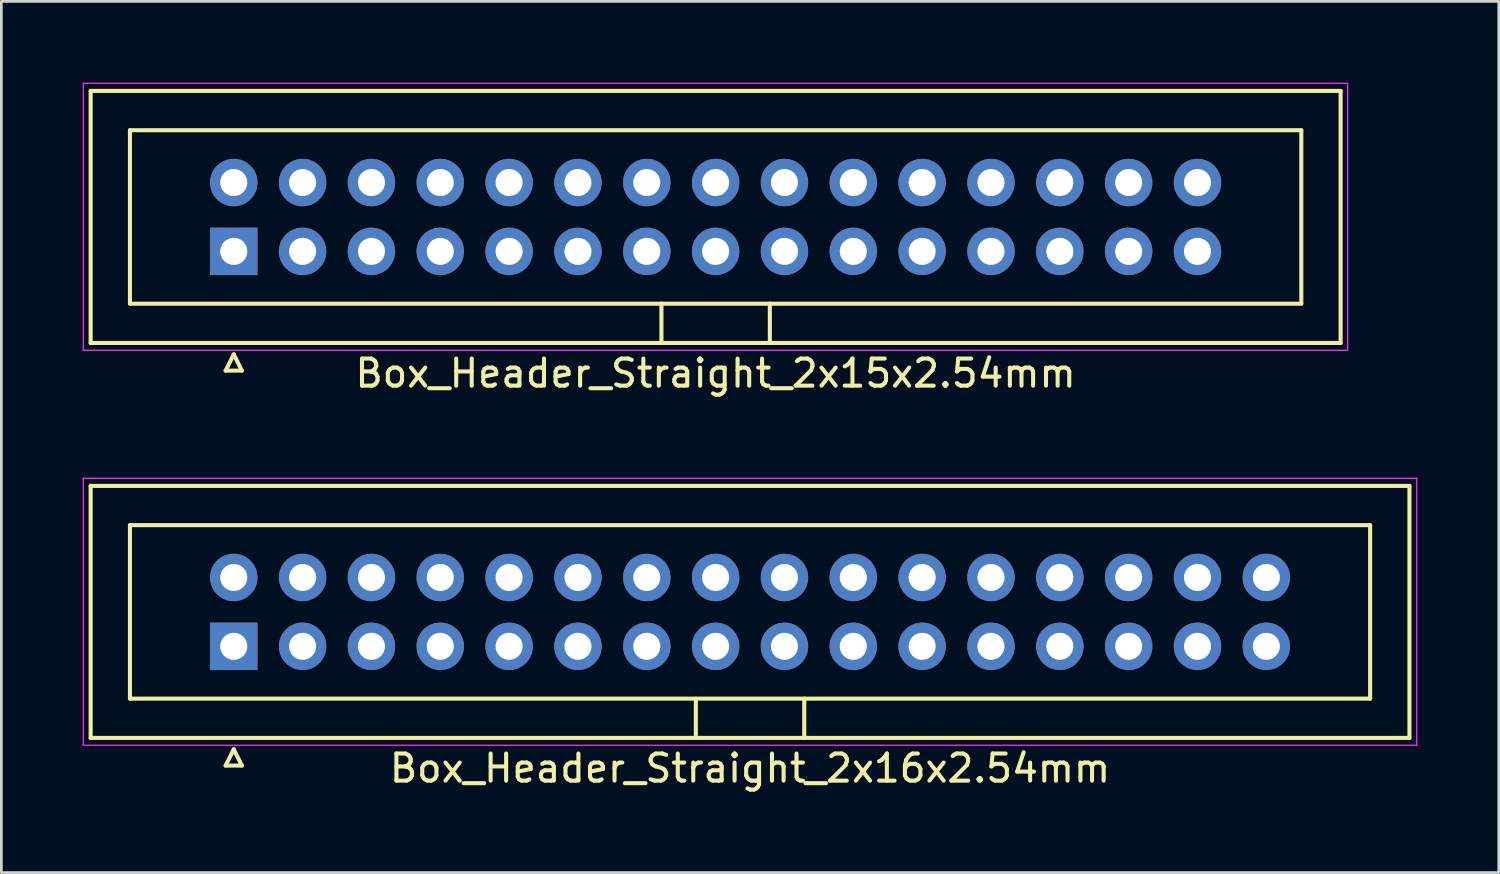
<source format=kicad_pcb>
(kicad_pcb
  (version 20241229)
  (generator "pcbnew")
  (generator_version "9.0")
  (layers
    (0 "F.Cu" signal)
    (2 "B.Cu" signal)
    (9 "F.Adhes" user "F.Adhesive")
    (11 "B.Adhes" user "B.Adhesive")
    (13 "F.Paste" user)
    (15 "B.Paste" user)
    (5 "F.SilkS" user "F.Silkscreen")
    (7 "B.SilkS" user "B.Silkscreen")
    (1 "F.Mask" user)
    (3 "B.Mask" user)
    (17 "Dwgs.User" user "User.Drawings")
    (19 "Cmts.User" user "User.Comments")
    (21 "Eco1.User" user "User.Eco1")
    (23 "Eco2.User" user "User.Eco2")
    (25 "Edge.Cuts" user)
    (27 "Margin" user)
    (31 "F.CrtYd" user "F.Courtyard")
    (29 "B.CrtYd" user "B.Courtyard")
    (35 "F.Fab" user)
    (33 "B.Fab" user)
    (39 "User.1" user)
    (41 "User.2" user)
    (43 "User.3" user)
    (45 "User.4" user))
  (footprint "Box_Header_Straight_2x15x2.54mm"
    (layer "F.Cu")
    (at 5.575 6.225)
    (property "Reference" "Box_Header_Straight_2x15x2.54mm" (at 17.78 4.5 0) (layer "F.SilkS") (effects (font (size 1 1) (thickness 0.15))))
    (attr through_hole)
    (fp_line (start -5.28 -5.92) (end -5.28 3.38) (stroke (width 0.15) (type solid)) (layer "F.SilkS"))
    (fp_line (start -5.28 3.38) (end 40.84 3.38) (stroke (width 0.15) (type solid)) (layer "F.SilkS"))
    (fp_line (start -3.83 -4.47) (end -3.83 1.93) (stroke (width 0.15) (type solid)) (layer "F.SilkS"))
    (fp_line (start -3.83 1.93) (end 39.39 1.93) (stroke (width 0.15) (type solid)) (layer "F.SilkS"))
    (fp_line (start -0.3 4.4) (end 0.3 4.4) (stroke (width 0.15) (type solid)) (layer "F.SilkS"))
    (fp_line (start 0 3.8) (end -0.3 4.4) (stroke (width 0.15) (type solid)) (layer "F.SilkS"))
    (fp_line (start 0.3 4.4) (end 0 3.8) (stroke (width 0.15) (type solid)) (layer "F.SilkS"))
    (fp_line (start 15.78 3.38) (end 15.78 1.93) (stroke (width 0.15) (type solid)) (layer "F.SilkS"))
    (fp_line (start 19.78 3.38) (end 19.78 1.93) (stroke (width 0.15) (type solid)) (layer "F.SilkS"))
    (fp_line (start 39.39 -4.47) (end -3.83 -4.47) (stroke (width 0.15) (type solid)) (layer "F.SilkS"))
    (fp_line (start 39.39 1.93) (end 39.39 -4.47) (stroke (width 0.15) (type solid)) (layer "F.SilkS"))
    (fp_line (start 40.84 -5.92) (end -5.28 -5.92) (stroke (width 0.15) (type solid)) (layer "F.SilkS"))
    (fp_line (start 40.84 3.38) (end 40.84 -5.92) (stroke (width 0.15) (type solid)) (layer "F.SilkS"))
    (fp_line (start -5.55 -6.2) (end -5.55 3.65) (stroke (width 0.05) (type solid)) (layer "F.CrtYd"))
    (fp_line (start -5.55 3.65) (end 41.1 3.65) (stroke (width 0.05) (type solid)) (layer "F.CrtYd"))
    (fp_line (start 41.1 -6.2) (end -5.55 -6.2) (stroke (width 0.05) (type solid)) (layer "F.CrtYd"))
    (fp_line (start 41.1 3.65) (end 41.1 -6.2) (stroke (width 0.05) (type solid)) (layer "F.CrtYd"))
    (pad "1" thru_hole rect (at 0 0) (size 1.75 1.75) (drill 1) (layers "*.Cu" "*.Mask"))
    (pad "2" thru_hole circle (at 0 -2.54) (size 1.75 1.75) (drill 1) (layers "*.Cu" "*.Mask"))
    (pad "3" thru_hole circle (at 2.54 0) (size 1.75 1.75) (drill 1) (layers "*.Cu" "*.Mask"))
    (pad "4" thru_hole circle (at 2.54 -2.54) (size 1.75 1.75) (drill 1) (layers "*.Cu" "*.Mask"))
    (pad "5" thru_hole circle (at 5.08 0) (size 1.75 1.75) (drill 1) (layers "*.Cu" "*.Mask"))
    (pad "6" thru_hole circle (at 5.08 -2.54) (size 1.75 1.75) (drill 1) (layers "*.Cu" "*.Mask"))
    (pad "7" thru_hole circle (at 7.62 0) (size 1.75 1.75) (drill 1) (layers "*.Cu" "*.Mask"))
    (pad "8" thru_hole circle (at 7.62 -2.54) (size 1.75 1.75) (drill 1) (layers "*.Cu" "*.Mask"))
    (pad "9" thru_hole circle (at 10.16 0) (size 1.75 1.75) (drill 1) (layers "*.Cu" "*.Mask"))
    (pad "10" thru_hole circle (at 10.16 -2.54) (size 1.75 1.75) (drill 1) (layers "*.Cu" "*.Mask"))
    (pad "11" thru_hole circle (at 12.7 0) (size 1.75 1.75) (drill 1) (layers "*.Cu" "*.Mask"))
    (pad "12" thru_hole circle (at 12.7 -2.54) (size 1.75 1.75) (drill 1) (layers "*.Cu" "*.Mask"))
    (pad "13" thru_hole circle (at 15.24 0) (size 1.75 1.75) (drill 1) (layers "*.Cu" "*.Mask"))
    (pad "14" thru_hole circle (at 15.24 -2.54) (size 1.75 1.75) (drill 1) (layers "*.Cu" "*.Mask"))
    (pad "15" thru_hole circle (at 17.78 0) (size 1.75 1.75) (drill 1) (layers "*.Cu" "*.Mask"))
    (pad "16" thru_hole circle (at 17.78 -2.54) (size 1.75 1.75) (drill 1) (layers "*.Cu" "*.Mask"))
    (pad "17" thru_hole circle (at 20.32 0) (size 1.75 1.75) (drill 1) (layers "*.Cu" "*.Mask"))
    (pad "18" thru_hole circle (at 20.32 -2.54) (size 1.75 1.75) (drill 1) (layers "*.Cu" "*.Mask"))
    (pad "19" thru_hole circle (at 22.86 0) (size 1.75 1.75) (drill 1) (layers "*.Cu" "*.Mask"))
    (pad "20" thru_hole circle (at 22.86 -2.54) (size 1.75 1.75) (drill 1) (layers "*.Cu" "*.Mask"))
    (pad "21" thru_hole circle (at 25.4 0) (size 1.75 1.75) (drill 1) (layers "*.Cu" "*.Mask"))
    (pad "22" thru_hole circle (at 25.4 -2.54) (size 1.75 1.75) (drill 1) (layers "*.Cu" "*.Mask"))
    (pad "23" thru_hole circle (at 27.94 0) (size 1.75 1.75) (drill 1) (layers "*.Cu" "*.Mask"))
    (pad "24" thru_hole circle (at 27.94 -2.54) (size 1.75 1.75) (drill 1) (layers "*.Cu" "*.Mask"))
    (pad "25" thru_hole circle (at 30.48 0) (size 1.75 1.75) (drill 1) (layers "*.Cu" "*.Mask"))
    (pad "26" thru_hole circle (at 30.48 -2.54) (size 1.75 1.75) (drill 1) (layers "*.Cu" "*.Mask"))
    (pad "27" thru_hole circle (at 33.02 0) (size 1.75 1.75) (drill 1) (layers "*.Cu" "*.Mask"))
    (pad "28" thru_hole circle (at 33.02 -2.54) (size 1.75 1.75) (drill 1) (layers "*.Cu" "*.Mask"))
    (pad "29" thru_hole circle (at 35.56 0) (size 1.75 1.75) (drill 1) (layers "*.Cu" "*.Mask"))
    (pad "30" thru_hole circle (at 35.56 -2.54) (size 1.75 1.75) (drill 1) (layers "*.Cu" "*.Mask")))
  (footprint "Box_Header_Straight_2x16x2.54mm"
    (layer "F.Cu")
    (at 5.575 20.798)
    (property "Reference" "Box_Header_Straight_2x16x2.54mm" (at 19.05 4.5 0) (layer "F.SilkS") (effects (font (size 1 1) (thickness 0.15))))
    (attr through_hole)
    (fp_line (start -5.28 -5.92) (end -5.28 3.38) (stroke (width 0.15) (type solid)) (layer "F.SilkS"))
    (fp_line (start -5.28 3.38) (end 43.38 3.38) (stroke (width 0.15) (type solid)) (layer "F.SilkS"))
    (fp_line (start -3.83 -4.47) (end -3.83 1.93) (stroke (width 0.15) (type solid)) (layer "F.SilkS"))
    (fp_line (start -3.83 1.93) (end 41.93 1.93) (stroke (width 0.15) (type solid)) (layer "F.SilkS"))
    (fp_line (start -0.3 4.4) (end 0.3 4.4) (stroke (width 0.15) (type solid)) (layer "F.SilkS"))
    (fp_line (start 0 3.8) (end -0.3 4.4) (stroke (width 0.15) (type solid)) (layer "F.SilkS"))
    (fp_line (start 0.3 4.4) (end 0 3.8) (stroke (width 0.15) (type solid)) (layer "F.SilkS"))
    (fp_line (start 17.05 3.38) (end 17.05 1.93) (stroke (width 0.15) (type solid)) (layer "F.SilkS"))
    (fp_line (start 21.05 3.38) (end 21.05 1.93) (stroke (width 0.15) (type solid)) (layer "F.SilkS"))
    (fp_line (start 41.93 -4.47) (end -3.83 -4.47) (stroke (width 0.15) (type solid)) (layer "F.SilkS"))
    (fp_line (start 41.93 1.93) (end 41.93 -4.47) (stroke (width 0.15) (type solid)) (layer "F.SilkS"))
    (fp_line (start 43.38 -5.92) (end -5.28 -5.92) (stroke (width 0.15) (type solid)) (layer "F.SilkS"))
    (fp_line (start 43.38 3.38) (end 43.38 -5.92) (stroke (width 0.15) (type solid)) (layer "F.SilkS"))
    (fp_line (start -5.55 -6.2) (end -5.55 3.65) (stroke (width 0.05) (type solid)) (layer "F.CrtYd"))
    (fp_line (start -5.55 3.65) (end 43.65 3.65) (stroke (width 0.05) (type solid)) (layer "F.CrtYd"))
    (fp_line (start 43.65 -6.2) (end -5.55 -6.2) (stroke (width 0.05) (type solid)) (layer "F.CrtYd"))
    (fp_line (start 43.65 3.65) (end 43.65 -6.2) (stroke (width 0.05) (type solid)) (layer "F.CrtYd"))
    (pad "1" thru_hole rect (at 0 0) (size 1.75 1.75) (drill 1) (layers "*.Cu" "*.Mask"))
    (pad "2" thru_hole circle (at 0 -2.54) (size 1.75 1.75) (drill 1) (layers "*.Cu" "*.Mask"))
    (pad "3" thru_hole circle (at 2.54 0) (size 1.75 1.75) (drill 1) (layers "*.Cu" "*.Mask"))
    (pad "4" thru_hole circle (at 2.54 -2.54) (size 1.75 1.75) (drill 1) (layers "*.Cu" "*.Mask"))
    (pad "5" thru_hole circle (at 5.08 0) (size 1.75 1.75) (drill 1) (layers "*.Cu" "*.Mask"))
    (pad "6" thru_hole circle (at 5.08 -2.54) (size 1.75 1.75) (drill 1) (layers "*.Cu" "*.Mask"))
    (pad "7" thru_hole circle (at 7.62 0) (size 1.75 1.75) (drill 1) (layers "*.Cu" "*.Mask"))
    (pad "8" thru_hole circle (at 7.62 -2.54) (size 1.75 1.75) (drill 1) (layers "*.Cu" "*.Mask"))
    (pad "9" thru_hole circle (at 10.16 0) (size 1.75 1.75) (drill 1) (layers "*.Cu" "*.Mask"))
    (pad "10" thru_hole circle (at 10.16 -2.54) (size 1.75 1.75) (drill 1) (layers "*.Cu" "*.Mask"))
    (pad "11" thru_hole circle (at 12.7 0) (size 1.75 1.75) (drill 1) (layers "*.Cu" "*.Mask"))
    (pad "12" thru_hole circle (at 12.7 -2.54) (size 1.75 1.75) (drill 1) (layers "*.Cu" "*.Mask"))
    (pad "13" thru_hole circle (at 15.24 0) (size 1.75 1.75) (drill 1) (layers "*.Cu" "*.Mask"))
    (pad "14" thru_hole circle (at 15.24 -2.54) (size 1.75 1.75) (drill 1) (layers "*.Cu" "*.Mask"))
    (pad "15" thru_hole circle (at 17.78 0) (size 1.75 1.75) (drill 1) (layers "*.Cu" "*.Mask"))
    (pad "16" thru_hole circle (at 17.78 -2.54) (size 1.75 1.75) (drill 1) (layers "*.Cu" "*.Mask"))
    (pad "17" thru_hole circle (at 20.32 0) (size 1.75 1.75) (drill 1) (layers "*.Cu" "*.Mask"))
    (pad "18" thru_hole circle (at 20.32 -2.54) (size 1.75 1.75) (drill 1) (layers "*.Cu" "*.Mask"))
    (pad "19" thru_hole circle (at 22.86 0) (size 1.75 1.75) (drill 1) (layers "*.Cu" "*.Mask"))
    (pad "20" thru_hole circle (at 22.86 -2.54) (size 1.75 1.75) (drill 1) (layers "*.Cu" "*.Mask"))
    (pad "21" thru_hole circle (at 25.4 0) (size 1.75 1.75) (drill 1) (layers "*.Cu" "*.Mask"))
    (pad "22" thru_hole circle (at 25.4 -2.54) (size 1.75 1.75) (drill 1) (layers "*.Cu" "*.Mask"))
    (pad "23" thru_hole circle (at 27.94 0) (size 1.75 1.75) (drill 1) (layers "*.Cu" "*.Mask"))
    (pad "24" thru_hole circle (at 27.94 -2.54) (size 1.75 1.75) (drill 1) (layers "*.Cu" "*.Mask"))
    (pad "25" thru_hole circle (at 30.48 0) (size 1.75 1.75) (drill 1) (layers "*.Cu" "*.Mask"))
    (pad "26" thru_hole circle (at 30.48 -2.54) (size 1.75 1.75) (drill 1) (layers "*.Cu" "*.Mask"))
    (pad "27" thru_hole circle (at 33.02 0) (size 1.75 1.75) (drill 1) (layers "*.Cu" "*.Mask"))
    (pad "28" thru_hole circle (at 33.02 -2.54) (size 1.75 1.75) (drill 1) (layers "*.Cu" "*.Mask"))
    (pad "29" thru_hole circle (at 35.56 0) (size 1.75 1.75) (drill 1) (layers "*.Cu" "*.Mask"))
    (pad "30" thru_hole circle (at 35.56 -2.54) (size 1.75 1.75) (drill 1) (layers "*.Cu" "*.Mask"))
    (pad "31" thru_hole circle (at 38.1 0) (size 1.75 1.75) (drill 1) (layers "*.Cu" "*.Mask"))
    (pad "32" thru_hole circle (at 38.1 -2.54) (size 1.75 1.75) (drill 1) (layers "*.Cu" "*.Mask")))
  (gr_rect
    (start -3 -3)
    (end 52.25 29.146)
    (stroke (width 0.1) (type default))
    (fill no)
    (layer "Edge.Cuts")))
</source>
